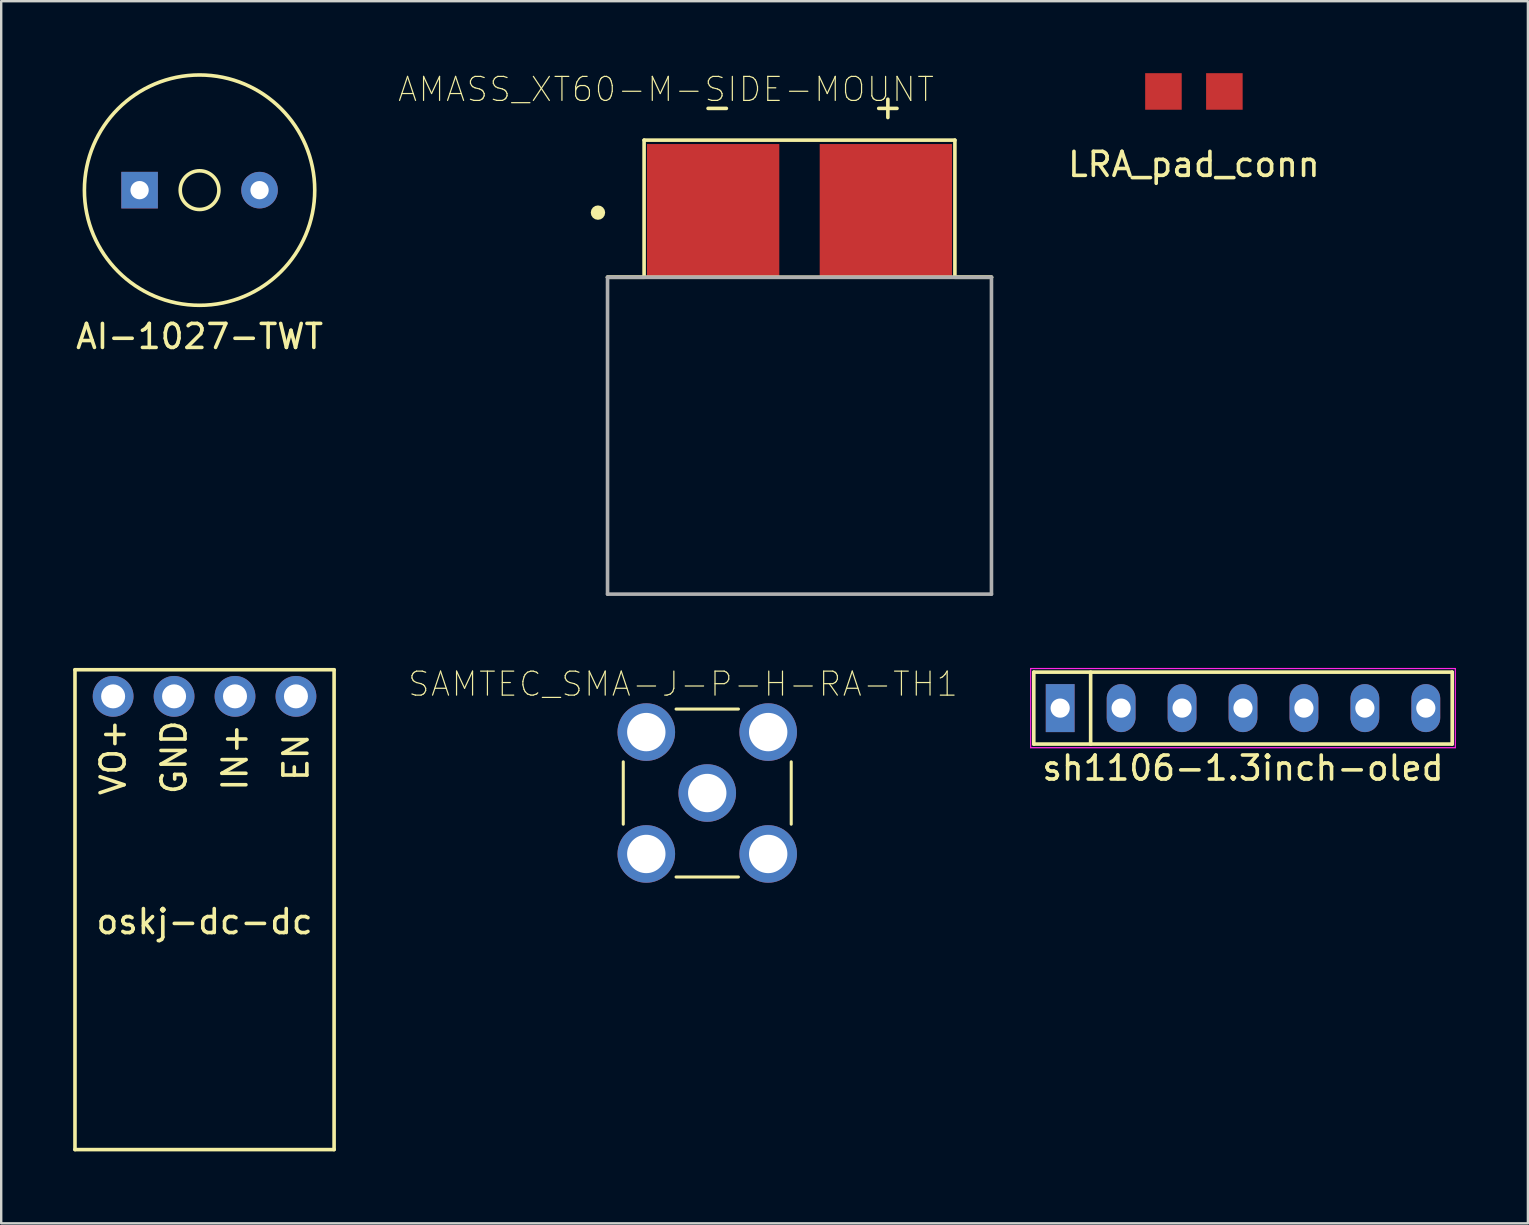
<source format=kicad_pcb>
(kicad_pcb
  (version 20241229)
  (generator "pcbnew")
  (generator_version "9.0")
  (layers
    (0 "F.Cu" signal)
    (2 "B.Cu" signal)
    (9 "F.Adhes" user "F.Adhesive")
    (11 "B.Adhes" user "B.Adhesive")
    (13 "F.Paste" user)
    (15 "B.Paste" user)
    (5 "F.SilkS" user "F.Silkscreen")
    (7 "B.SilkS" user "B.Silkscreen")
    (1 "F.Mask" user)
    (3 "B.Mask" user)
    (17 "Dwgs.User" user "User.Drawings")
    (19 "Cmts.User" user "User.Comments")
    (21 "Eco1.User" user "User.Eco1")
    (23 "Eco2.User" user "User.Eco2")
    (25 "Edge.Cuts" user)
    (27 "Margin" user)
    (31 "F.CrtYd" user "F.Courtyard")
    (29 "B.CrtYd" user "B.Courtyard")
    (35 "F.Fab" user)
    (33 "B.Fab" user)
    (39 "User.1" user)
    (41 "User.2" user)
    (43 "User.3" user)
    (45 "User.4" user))
  (footprint "SAMTEC_SMA-J-P-H-RA-TH1"
    (layer "F.Cu")
    (at 26.428 30.003)
    (property "Reference" "SAMTEC_SMA-J-P-H-RA-TH1" (at -1.011 -4.541 0) (layer "F.SilkS") (effects (font (size 1.001 1.001) (thickness 0.05))))
    (attr through_hole)
    (fp_line (start -3.5 1.3) (end -3.5 -1.3) (stroke (width 0.127) (type solid)) (layer "F.SilkS"))
    (fp_line (start -1.3 -3.5) (end 1.3 -3.5) (stroke (width 0.127) (type solid)) (layer "F.SilkS"))
    (fp_line (start 1.3 3.5) (end -1.3 3.5) (stroke (width 0.127) (type solid)) (layer "F.SilkS"))
    (fp_line (start 3.5 1.3) (end 3.5 -1.3) (stroke (width 0.127) (type solid)) (layer "F.SilkS"))
    (fp_line (start -11.85 -3.4) (end -11.85 3.4) (stroke (width 0.05) (type solid)) (layer "Eco1.User"))
    (fp_line (start -11.85 3.4) (end -3.75 3.4) (stroke (width 0.05) (type solid)) (layer "Eco1.User"))
    (fp_line (start -3.75 -3.99) (end -3.75 -3.4) (stroke (width 0.05) (type solid)) (layer "Eco1.User"))
    (fp_line (start -3.75 -3.99) (end 3.99 -3.99) (stroke (width 0.05) (type solid)) (layer "Eco1.User"))
    (fp_line (start -3.75 -3.4) (end -11.85 -3.4) (stroke (width 0.05) (type solid)) (layer "Eco1.User"))
    (fp_line (start -3.75 3.4) (end -3.75 3.99) (stroke (width 0.05) (type solid)) (layer "Eco1.User"))
    (fp_line (start 3.99 -3.99) (end 3.99 3.99) (stroke (width 0.05) (type solid)) (layer "Eco1.User"))
    (fp_line (start 3.99 3.99) (end -3.75 3.99) (stroke (width 0.05) (type solid)) (layer "Eco1.User"))
    (fp_line (start -11.6 -3.15) (end -11.6 3.15) (stroke (width 0.127) (type solid)) (layer "Eco2.User"))
    (fp_line (start -11.6 3.15) (end -3.5 3.15) (stroke (width 0.127) (type solid)) (layer "Eco2.User"))
    (fp_line (start -3.5 -3.5) (end 3.5 -3.5) (stroke (width 0.127) (type solid)) (layer "Eco2.User"))
    (fp_line (start -3.5 -3.15) (end -11.6 -3.15) (stroke (width 0.127) (type solid)) (layer "Eco2.User"))
    (fp_line (start -3.5 -3.15) (end -3.5 -3.5) (stroke (width 0.127) (type solid)) (layer "Eco2.User"))
    (fp_line (start -3.5 3.15) (end -3.5 -3.15) (stroke (width 0.127) (type solid)) (layer "Eco2.User"))
    (fp_line (start -3.5 3.5) (end -3.5 3.15) (stroke (width 0.127) (type solid)) (layer "Eco2.User"))
    (fp_line (start 3.5 -3.5) (end 3.5 3.5) (stroke (width 0.127) (type solid)) (layer "Eco2.User"))
    (fp_line (start 3.5 3.5) (end -3.5 3.5) (stroke (width 0.127) (type solid)) (layer "Eco2.User"))
    (pad "1" thru_hole circle (at 0 0) (size 2.4 2.4) (drill 1.6) (layers "*.Cu" "*.Mask"))
    (pad "2" thru_hole circle (at 2.54 2.54) (size 2.4 2.4) (drill 1.6) (layers "*.Cu" "*.Mask"))
    (pad "3" thru_hole circle (at 2.54 -2.54) (size 2.4 2.4) (drill 1.6) (layers "*.Cu" "*.Mask"))
    (pad "4" thru_hole circle (at -2.54 -2.54) (size 2.4 2.4) (drill 1.6) (layers "*.Cu" "*.Mask"))
    (pad "5" thru_hole circle (at -2.54 2.54) (size 2.4 2.4) (drill 1.6) (layers "*.Cu" "*.Mask")))
  (footprint "oskj-dc-dc"
    (layer "F.Cu")
    (at 5.475 34.864)
    (property "Reference" "oskj-dc-dc" (at 0 0.5 0) (layer "F.SilkS") (effects (font (size 1 1) (thickness 0.15))))
    (attr through_hole)
    (fp_line (start -5.4 -10) (end -5.4 10) (stroke (width 0.15) (type solid)) (layer "F.SilkS"))
    (fp_line (start -5.4 10) (end 5.4 10) (stroke (width 0.15) (type solid)) (layer "F.SilkS"))
    (fp_line (start 5.4 -10) (end -5.4 -10) (stroke (width 0.15) (type solid)) (layer "F.SilkS"))
    (fp_line (start 5.4 10) (end 5.4 -10) (stroke (width 0.15) (type solid)) (layer "F.SilkS"))
    (fp_text user "VO+" (at -3.81 -6.35 90) (layer "F.SilkS") (effects (font (size 1 1) (thickness 0.15))))
    (fp_text user "GND" (at -1.27 -6.35 90) (layer "F.SilkS") (effects (font (size 1 1) (thickness 0.15))))
    (fp_text user "IN+" (at 1.27 -6.35 90) (layer "F.SilkS") (effects (font (size 1 1) (thickness 0.15))))
    (fp_text user "EN" (at 3.81 -6.35 90) (layer "F.SilkS") (effects (font (size 1 1) (thickness 0.15))))
    (pad "1" thru_hole circle (at -3.81 -8.89) (size 1.7 1.7) (drill 1) (layers "*.Cu" "*.Mask"))
    (pad "2" thru_hole circle (at -1.27 -8.89) (size 1.7 1.7) (drill 1) (layers "*.Cu" "*.Mask"))
    (pad "3" thru_hole circle (at 1.27 -8.89) (size 1.7 1.7) (drill 1) (layers "*.Cu" "*.Mask"))
    (pad "4" thru_hole circle (at 3.81 -8.89) (size 1.7 1.7) (drill 1) (layers "*.Cu" "*.Mask")))
  (footprint "AI-1027-TWT"
    (layer "F.Cu")
    (at 5.268 4.875)
    (property "Reference" "AI-1027-TWT" (at 0 6.1 0) (layer "F.SilkS") (effects (font (size 1 1) (thickness 0.15))))
    (attr through_hole)
    (fp_circle (center 0 0) (end 0.8 0.1) (stroke (width 0.15) (type solid)) (fill no) (layer "F.SilkS"))
    (fp_circle (center 0 0) (end 4.8 0) (stroke (width 0.15) (type solid)) (fill no) (layer "F.SilkS"))
    (pad "1" thru_hole rect (at -2.5 0) (size 1.524 1.524) (drill 0.762) (layers "*.Cu" "*.Mask"))
    (pad "2" thru_hole circle (at 2.5 0) (size 1.524 1.524) (drill 0.762) (layers "*.Cu" "*.Mask")))
  (footprint "AMASS_XT60-M-SIDE-MOUNT"
    (layer "F.Cu")
    (at 30.273 5.712)
    (property "Reference" "AMASS_XT60-M-SIDE-MOUNT" (at -5.564 -5.038 0) (layer "F.SilkS") (effects (font (size 1.001 1.001) (thickness 0.05))))
    (attr through_hole)
    (fp_line (start -8.001 2.794) (end 8.001 2.794) (stroke (width 0.15) (type solid)) (layer "F.SilkS"))
    (fp_line (start -6.477 -2.921) (end -6.477 2.794) (stroke (width 0.15) (type solid)) (layer "F.SilkS"))
    (fp_line (start -6.477 2.794) (end -8.001 2.794) (stroke (width 0.15) (type solid)) (layer "F.SilkS"))
    (fp_line (start 6.477 -2.921) (end -6.477 -2.921) (stroke (width 0.15) (type solid)) (layer "F.SilkS"))
    (fp_line (start 6.477 2.794) (end 6.477 -2.921) (stroke (width 0.15) (type solid)) (layer "F.SilkS"))
    (fp_line (start 8.001 2.794) (end 6.477 2.794) (stroke (width 0.15) (type solid)) (layer "F.SilkS"))
    (fp_circle (center -8.4 0.1) (end -8.25 0.1) (stroke (width 0.3) (type solid)) (fill no) (layer "F.SilkS"))
    (fp_line (start -8 -4.3) (end 8 -4.3) (stroke (width 0.05) (type solid)) (layer "Eco1.User"))
    (fp_line (start -8 4.3) (end -8 -4.3) (stroke (width 0.05) (type solid)) (layer "Eco1.User"))
    (fp_line (start 8 -4.3) (end 8 4.3) (stroke (width 0.05) (type solid)) (layer "Eco1.User"))
    (fp_line (start 8 4.3) (end -8 4.3) (stroke (width 0.05) (type solid)) (layer "Eco1.User"))
    (fp_line (start -8.001 2.794) (end -8.001 16.002) (stroke (width 0.15) (type solid)) (layer "F.Fab"))
    (fp_line (start -8.001 2.794) (end 8.001 2.794) (stroke (width 0.15) (type solid)) (layer "F.Fab"))
    (fp_line (start 8.001 2.794) (end 8.001 16.002) (stroke (width 0.15) (type solid)) (layer "F.Fab"))
    (fp_line (start 8.001 16.002) (end -8.001 16.002) (stroke (width 0.15) (type solid)) (layer "F.Fab"))
    (fp_text user "+" (at 3.683 -4.318 0) (layer "F.SilkS") (effects (font (size 1 1) (thickness 0.15))))
    (fp_text user "-" (at -3.429 -4.318 0) (layer "F.SilkS") (effects (font (size 1 1) (thickness 0.15))))
    (pad "1" connect rect (at -3.6 0) (size 5.516 5.516) (layers "F.Cu" "F.Mask"))
    (pad "2" connect rect (at 3.6 0) (size 5.516 5.516) (layers "F.Cu" "F.Mask")))
  (footprint "sh1106-1.3inch-oled"
    (layer "F.Cu")
    (at 48.758 26.464)
    (property "Reference" "sh1106-1.3inch-oled" (at 0 2.5 0) (layer "F.SilkS") (effects (font (size 1 1) (thickness 0.15))))
    (attr through_hole)
    (fp_line (start -8.72 -1.5) (end 8.72 -1.5) (stroke (width 0.15) (type solid)) (layer "F.SilkS"))
    (fp_line (start -8.72 1.5) (end -8.72 -1.5) (stroke (width 0.15) (type solid)) (layer "F.SilkS"))
    (fp_line (start -6.35 -1.5) (end -6.35 1.5) (stroke (width 0.15) (type solid)) (layer "F.SilkS"))
    (fp_line (start 8.72 -1.5) (end 8.72 1.5) (stroke (width 0.15) (type solid)) (layer "F.SilkS"))
    (fp_line (start 8.72 1.5) (end -8.72 1.5) (stroke (width 0.15) (type solid)) (layer "F.SilkS"))
    (fp_line (start -8.85 -1.65) (end 8.85 -1.65) (stroke (width 0.05) (type solid)) (layer "F.CrtYd"))
    (fp_line (start -8.85 1.65) (end -8.85 -1.65) (stroke (width 0.05) (type solid)) (layer "F.CrtYd"))
    (fp_line (start 8.85 -1.65) (end 8.85 1.65) (stroke (width 0.05) (type solid)) (layer "F.CrtYd"))
    (fp_line (start 8.85 1.65) (end -8.85 1.65) (stroke (width 0.05) (type solid)) (layer "F.CrtYd"))
    (pad "1" thru_hole rect (at -7.62 0) (size 1.2 2) (drill 0.8) (layers "*.Cu" "*.Mask"))
    (pad "2" thru_hole oval (at -5.08 0) (size 1.2 2) (drill 0.8) (layers "*.Cu" "*.Mask"))
    (pad "3" thru_hole oval (at -2.54 0) (size 1.2 2) (drill 0.8) (layers "*.Cu" "*.Mask"))
    (pad "4" thru_hole oval (at 0 0) (size 1.2 2) (drill 0.8) (layers "*.Cu" "*.Mask"))
    (pad "5" thru_hole oval (at 2.54 0) (size 1.2 2) (drill 0.8) (layers "*.Cu" "*.Mask"))
    (pad "6" thru_hole oval (at 5.08 0) (size 1.2 2) (drill 0.8) (layers "*.Cu" "*.Mask"))
    (pad "7" thru_hole oval (at 7.62 0) (size 1.2 2) (drill 0.8) (layers "*.Cu" "*.Mask")))
  (footprint "LRA_pad_conn"
    (layer "F.Cu")
    (at 46.712 3.302)
    (property "Reference" "LRA_pad_conn" (at 0 0.5 0) (layer "F.SilkS") (effects (font (size 1 1) (thickness 0.15))))
    (attr through_hole)
    (pad "1" smd rect (at -1.27 -2.54) (size 1.524 1.524) (layers "F.Cu" "F.Mask"))
    (pad "2" smd rect (at 1.27 -2.54) (size 1.524 1.524) (layers "F.Cu" "F.Mask")))
  (gr_rect
    (start -3 -3)
    (end 60.633 47.939)
    (stroke (width 0.1) (type default))
    (fill no)
    (layer "Edge.Cuts")))
</source>
